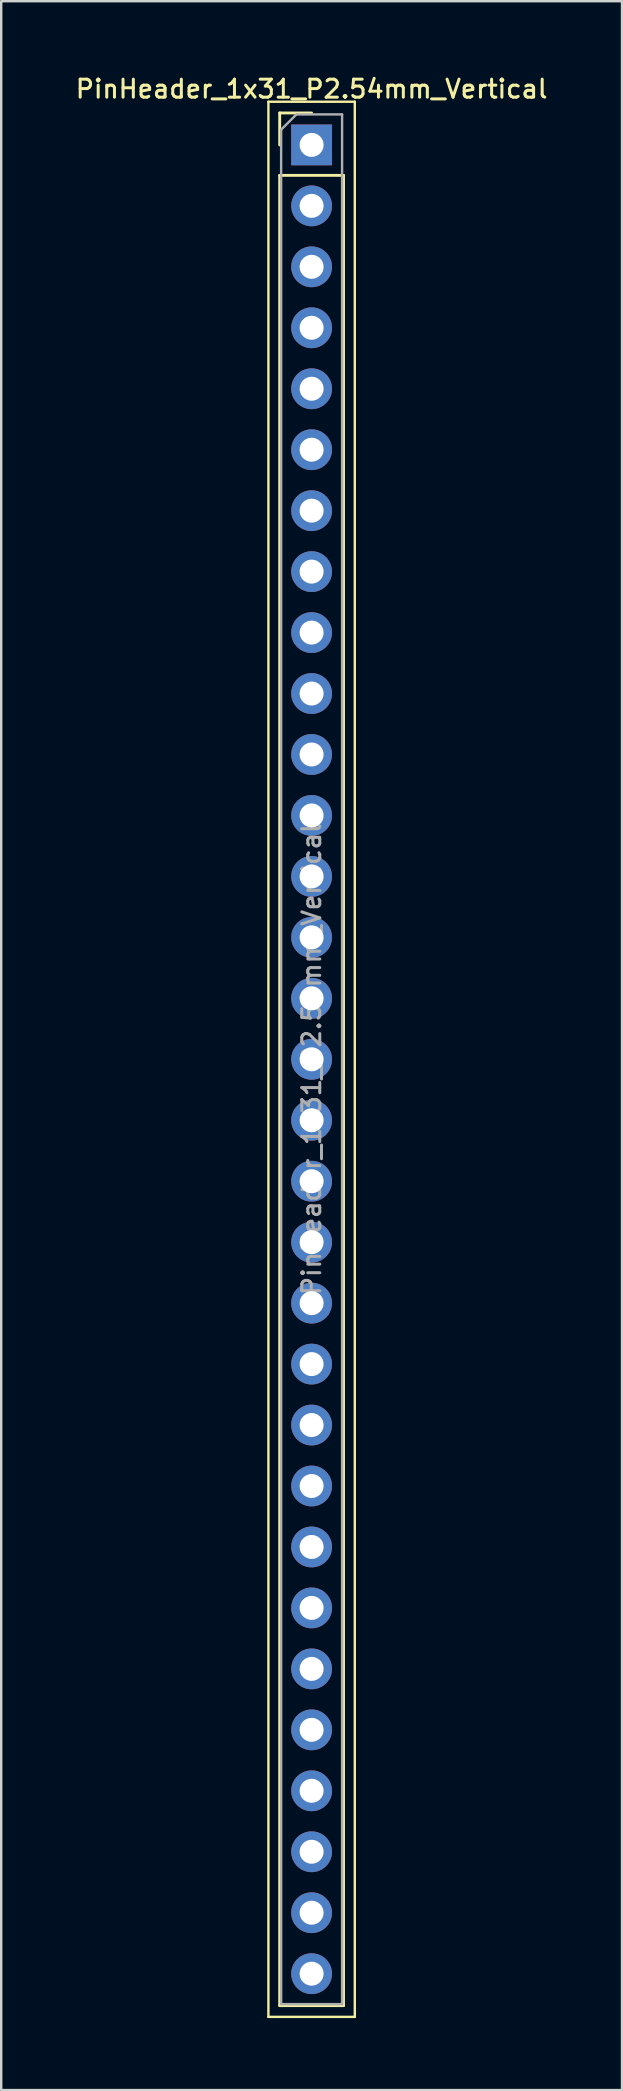
<source format=kicad_pcb>
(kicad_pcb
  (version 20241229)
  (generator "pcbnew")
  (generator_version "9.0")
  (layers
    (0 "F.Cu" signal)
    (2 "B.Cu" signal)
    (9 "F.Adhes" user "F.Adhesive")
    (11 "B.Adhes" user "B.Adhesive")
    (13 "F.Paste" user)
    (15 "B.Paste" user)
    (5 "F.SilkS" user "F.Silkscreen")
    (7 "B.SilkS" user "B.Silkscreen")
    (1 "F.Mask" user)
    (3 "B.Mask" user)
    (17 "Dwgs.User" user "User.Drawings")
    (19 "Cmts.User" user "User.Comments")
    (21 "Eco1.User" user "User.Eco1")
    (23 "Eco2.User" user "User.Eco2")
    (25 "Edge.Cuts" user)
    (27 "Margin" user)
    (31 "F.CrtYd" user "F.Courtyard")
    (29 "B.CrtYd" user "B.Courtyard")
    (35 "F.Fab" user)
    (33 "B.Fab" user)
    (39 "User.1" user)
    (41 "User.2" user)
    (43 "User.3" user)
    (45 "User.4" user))
  (footprint "PinHeader_1x31_P2.54mm_Vertical"
    (layer "F.Cu")
    (at 9.934 2.988)
    (property "Reference" "PinHeader_1x31_P2.54mm_Vertical" (at 0 -2.33 0) (layer "F.SilkS") (effects (font (size 0.75 0.75) (thickness 0.125))))
    (attr through_hole)
    (fp_line (start -1.8 -1.8) (end -1.8 78) (stroke (width 0.1) (type solid)) (layer "F.SilkS"))
    (fp_line (start -1.8 78) (end 1.8 78) (stroke (width 0.1) (type solid)) (layer "F.SilkS"))
    (fp_line (start -1.33 -1.33) (end 0 -1.33) (stroke (width 0.12) (type solid)) (layer "F.SilkS"))
    (fp_line (start -1.33 0) (end -1.33 -1.33) (stroke (width 0.12) (type solid)) (layer "F.SilkS"))
    (fp_line (start -1.33 1.27) (end -1.33 77.53) (stroke (width 0.12) (type solid)) (layer "F.SilkS"))
    (fp_line (start -1.33 1.27) (end 1.33 1.27) (stroke (width 0.12) (type solid)) (layer "F.SilkS"))
    (fp_line (start -1.33 77.53) (end 1.33 77.53) (stroke (width 0.12) (type solid)) (layer "F.SilkS"))
    (fp_line (start 1.33 1.27) (end 1.33 77.53) (stroke (width 0.12) (type solid)) (layer "F.SilkS"))
    (fp_line (start 1.8 -1.8) (end -1.8 -1.8) (stroke (width 0.1) (type solid)) (layer "F.SilkS"))
    (fp_line (start 1.8 78) (end 1.8 -1.8) (stroke (width 0.1) (type solid)) (layer "F.SilkS"))
    (fp_line (start -1.27 -0.635) (end -0.635 -1.27) (stroke (width 0.1) (type solid)) (layer "F.Fab"))
    (fp_line (start -1.27 77.47) (end -1.27 -0.635) (stroke (width 0.1) (type solid)) (layer "F.Fab"))
    (fp_line (start -0.635 -1.27) (end 1.27 -1.27) (stroke (width 0.1) (type solid)) (layer "F.Fab"))
    (fp_line (start 1.27 -1.27) (end 1.27 77.47) (stroke (width 0.1) (type solid)) (layer "F.Fab"))
    (fp_line (start 1.27 77.47) (end -1.27 77.47) (stroke (width 0.1) (type solid)) (layer "F.Fab"))
    (fp_text user "${REFERENCE}" (at 0 38.1 90) (layer "F.Fab") (effects (font (size 0.75 0.75) (thickness 0.125))))
    (pad "1" thru_hole rect (at 0 0) (size 1.7 1.7) (drill 1) (layers "*.Cu" "*.Mask"))
    (pad "2" thru_hole oval (at 0 2.54) (size 1.7 1.7) (drill 1) (layers "*.Cu" "*.Mask"))
    (pad "3" thru_hole oval (at 0 5.08) (size 1.7 1.7) (drill 1) (layers "*.Cu" "*.Mask"))
    (pad "4" thru_hole oval (at 0 7.62) (size 1.7 1.7) (drill 1) (layers "*.Cu" "*.Mask"))
    (pad "5" thru_hole oval (at 0 10.16) (size 1.7 1.7) (drill 1) (layers "*.Cu" "*.Mask"))
    (pad "6" thru_hole oval (at 0 12.7) (size 1.7 1.7) (drill 1) (layers "*.Cu" "*.Mask"))
    (pad "7" thru_hole oval (at 0 15.24) (size 1.7 1.7) (drill 1) (layers "*.Cu" "*.Mask"))
    (pad "8" thru_hole oval (at 0 17.78) (size 1.7 1.7) (drill 1) (layers "*.Cu" "*.Mask"))
    (pad "9" thru_hole oval (at 0 20.32) (size 1.7 1.7) (drill 1) (layers "*.Cu" "*.Mask"))
    (pad "10" thru_hole oval (at 0 22.86) (size 1.7 1.7) (drill 1) (layers "*.Cu" "*.Mask"))
    (pad "11" thru_hole oval (at 0 25.4) (size 1.7 1.7) (drill 1) (layers "*.Cu" "*.Mask"))
    (pad "12" thru_hole oval (at 0 27.94) (size 1.7 1.7) (drill 1) (layers "*.Cu" "*.Mask"))
    (pad "13" thru_hole oval (at 0 30.48) (size 1.7 1.7) (drill 1) (layers "*.Cu" "*.Mask"))
    (pad "14" thru_hole oval (at 0 33.02) (size 1.7 1.7) (drill 1) (layers "*.Cu" "*.Mask"))
    (pad "15" thru_hole oval (at 0 35.56) (size 1.7 1.7) (drill 1) (layers "*.Cu" "*.Mask"))
    (pad "16" thru_hole oval (at 0 38.1) (size 1.7 1.7) (drill 1) (layers "*.Cu" "*.Mask"))
    (pad "17" thru_hole oval (at 0 40.64) (size 1.7 1.7) (drill 1) (layers "*.Cu" "*.Mask"))
    (pad "18" thru_hole oval (at 0 43.18) (size 1.7 1.7) (drill 1) (layers "*.Cu" "*.Mask"))
    (pad "19" thru_hole oval (at 0 45.72) (size 1.7 1.7) (drill 1) (layers "*.Cu" "*.Mask"))
    (pad "20" thru_hole oval (at 0 48.26) (size 1.7 1.7) (drill 1) (layers "*.Cu" "*.Mask"))
    (pad "21" thru_hole oval (at 0 50.8) (size 1.7 1.7) (drill 1) (layers "*.Cu" "*.Mask"))
    (pad "22" thru_hole oval (at 0 53.34) (size 1.7 1.7) (drill 1) (layers "*.Cu" "*.Mask"))
    (pad "23" thru_hole oval (at 0 55.88) (size 1.7 1.7) (drill 1) (layers "*.Cu" "*.Mask"))
    (pad "24" thru_hole oval (at 0 58.42) (size 1.7 1.7) (drill 1) (layers "*.Cu" "*.Mask"))
    (pad "25" thru_hole oval (at 0 60.96) (size 1.7 1.7) (drill 1) (layers "*.Cu" "*.Mask"))
    (pad "26" thru_hole oval (at 0 63.5) (size 1.7 1.7) (drill 1) (layers "*.Cu" "*.Mask"))
    (pad "27" thru_hole oval (at 0 66.04) (size 1.7 1.7) (drill 1) (layers "*.Cu" "*.Mask"))
    (pad "28" thru_hole oval (at 0 68.58) (size 1.7 1.7) (drill 1) (layers "*.Cu" "*.Mask"))
    (pad "29" thru_hole oval (at 0 71.12) (size 1.7 1.7) (drill 1) (layers "*.Cu" "*.Mask"))
    (pad "30" thru_hole oval (at 0 73.66) (size 1.7 1.7) (drill 1) (layers "*.Cu" "*.Mask"))
    (pad "31" thru_hole oval (at 0 76.2) (size 1.7 1.7) (drill 1) (layers "*.Cu" "*.Mask")))
  (gr_rect
    (start -3 -3)
    (end 22.868 84.038)
    (stroke (width 0.1) (type default))
    (fill no)
    (layer "Edge.Cuts")))
</source>
